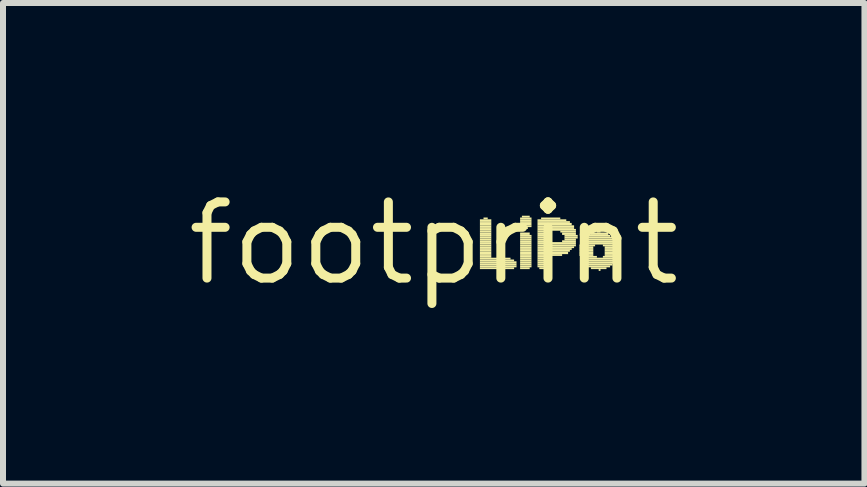
<source format=kicad_pcb>
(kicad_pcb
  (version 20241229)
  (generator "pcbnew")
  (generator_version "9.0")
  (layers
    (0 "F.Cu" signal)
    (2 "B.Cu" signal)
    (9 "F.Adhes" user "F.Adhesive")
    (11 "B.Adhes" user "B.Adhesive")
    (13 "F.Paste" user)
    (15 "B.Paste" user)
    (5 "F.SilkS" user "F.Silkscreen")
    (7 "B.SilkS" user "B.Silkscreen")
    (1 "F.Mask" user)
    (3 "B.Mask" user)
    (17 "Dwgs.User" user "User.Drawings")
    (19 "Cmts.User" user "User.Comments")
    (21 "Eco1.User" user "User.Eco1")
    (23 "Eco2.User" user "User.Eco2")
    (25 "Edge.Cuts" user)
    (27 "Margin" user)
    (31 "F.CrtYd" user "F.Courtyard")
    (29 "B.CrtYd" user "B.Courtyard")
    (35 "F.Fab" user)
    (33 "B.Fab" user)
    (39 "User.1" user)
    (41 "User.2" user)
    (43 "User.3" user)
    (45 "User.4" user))
  (footprint "footprint"
    (layer "F.Cu")
    (at 4.18 1.006)
    (property "Reference" "footprint" (at 0 0 0) (layer "F.SilkS") (effects (font (size 1.27 1.27) (thickness 0.15))))
    (fp_poly (pts (xy 0.77 -0.37) (xy 0.96 -0.37) (xy 0.96 -0.4) (xy 0.77 -0.4)) (stroke (width 0) (type solid)) (fill yes) (layer "F.SilkS"))
    (fp_poly (pts (xy 0.77 -0.34) (xy 0.96 -0.34) (xy 0.96 -0.37) (xy 0.77 -0.37)) (stroke (width 0) (type solid)) (fill yes) (layer "F.SilkS"))
    (fp_poly (pts (xy 0.77 -0.3) (xy 0.96 -0.3) (xy 0.96 -0.34) (xy 0.77 -0.34)) (stroke (width 0) (type solid)) (fill yes) (layer "F.SilkS"))
    (fp_poly (pts (xy 0.77 -0.27) (xy 0.96 -0.27) (xy 0.96 -0.3) (xy 0.77 -0.3)) (stroke (width 0) (type solid)) (fill yes) (layer "F.SilkS"))
    (fp_poly (pts (xy 0.77 -0.24) (xy 0.96 -0.24) (xy 0.96 -0.27) (xy 0.77 -0.27)) (stroke (width 0) (type solid)) (fill yes) (layer "F.SilkS"))
    (fp_poly (pts (xy 0.77 -0.21) (xy 0.96 -0.21) (xy 0.96 -0.24) (xy 0.77 -0.24)) (stroke (width 0) (type solid)) (fill yes) (layer "F.SilkS"))
    (fp_poly (pts (xy 0.77 -0.18) (xy 0.96 -0.18) (xy 0.96 -0.21) (xy 0.77 -0.21)) (stroke (width 0) (type solid)) (fill yes) (layer "F.SilkS"))
    (fp_poly (pts (xy 0.77 -0.14) (xy 0.96 -0.14) (xy 0.96 -0.18) (xy 0.77 -0.18)) (stroke (width 0) (type solid)) (fill yes) (layer "F.SilkS"))
    (fp_poly (pts (xy 0.77 -0.11) (xy 0.96 -0.11) (xy 0.96 -0.14) (xy 0.77 -0.14)) (stroke (width 0) (type solid)) (fill yes) (layer "F.SilkS"))
    (fp_poly (pts (xy 0.77 -0.08) (xy 0.96 -0.08) (xy 0.96 -0.11) (xy 0.77 -0.11)) (stroke (width 0) (type solid)) (fill yes) (layer "F.SilkS"))
    (fp_poly (pts (xy 0.77 -0.05) (xy 0.96 -0.05) (xy 0.96 -0.08) (xy 0.77 -0.08)) (stroke (width 0) (type solid)) (fill yes) (layer "F.SilkS"))
    (fp_poly (pts (xy 0.77 -0.02) (xy 0.96 -0.02) (xy 0.96 -0.05) (xy 0.77 -0.05)) (stroke (width 0) (type solid)) (fill yes) (layer "F.SilkS"))
    (fp_poly (pts (xy 0.77 0.02) (xy 0.96 0.02) (xy 0.96 -0.02) (xy 0.77 -0.02)) (stroke (width 0) (type solid)) (fill yes) (layer "F.SilkS"))
    (fp_poly (pts (xy 0.77 0.05) (xy 0.96 0.05) (xy 0.96 0.02) (xy 0.77 0.02)) (stroke (width 0) (type solid)) (fill yes) (layer "F.SilkS"))
    (fp_poly (pts (xy 0.77 0.08) (xy 0.96 0.08) (xy 0.96 0.05) (xy 0.77 0.05)) (stroke (width 0) (type solid)) (fill yes) (layer "F.SilkS"))
    (fp_poly (pts (xy 0.77 0.11) (xy 0.96 0.11) (xy 0.96 0.08) (xy 0.77 0.08)) (stroke (width 0) (type solid)) (fill yes) (layer "F.SilkS"))
    (fp_poly (pts (xy 0.77 0.14) (xy 0.96 0.14) (xy 0.96 0.11) (xy 0.77 0.11)) (stroke (width 0) (type solid)) (fill yes) (layer "F.SilkS"))
    (fp_poly (pts (xy 0.77 0.18) (xy 0.96 0.18) (xy 0.96 0.14) (xy 0.77 0.14)) (stroke (width 0) (type solid)) (fill yes) (layer "F.SilkS"))
    (fp_poly (pts (xy 0.77 0.21) (xy 0.96 0.21) (xy 0.96 0.18) (xy 0.77 0.18)) (stroke (width 0) (type solid)) (fill yes) (layer "F.SilkS"))
    (fp_poly (pts (xy 0.77 0.24) (xy 0.96 0.24) (xy 0.96 0.21) (xy 0.77 0.21)) (stroke (width 0) (type solid)) (fill yes) (layer "F.SilkS"))
    (fp_poly (pts (xy 0.77 0.27) (xy 1.28 0.27) (xy 1.28 0.24) (xy 0.77 0.24)) (stroke (width 0) (type solid)) (fill yes) (layer "F.SilkS"))
    (fp_poly (pts (xy 0.77 0.3) (xy 1.34 0.3) (xy 1.34 0.27) (xy 0.77 0.27)) (stroke (width 0) (type solid)) (fill yes) (layer "F.SilkS"))
    (fp_poly (pts (xy 0.77 0.34) (xy 1.38 0.34) (xy 1.38 0.3) (xy 0.77 0.3)) (stroke (width 0) (type solid)) (fill yes) (layer "F.SilkS"))
    (fp_poly (pts (xy 0.77 0.37) (xy 1.38 0.37) (xy 1.38 0.34) (xy 0.77 0.34)) (stroke (width 0) (type solid)) (fill yes) (layer "F.SilkS"))
    (fp_poly (pts (xy 0.77 0.4) (xy 1.38 0.4) (xy 1.38 0.37) (xy 0.77 0.37)) (stroke (width 0) (type solid)) (fill yes) (layer "F.SilkS"))
    (fp_poly (pts (xy 0.77 0.43) (xy 1.34 0.43) (xy 1.34 0.4) (xy 0.77 0.4)) (stroke (width 0) (type solid)) (fill yes) (layer "F.SilkS"))
    (fp_poly (pts (xy 0.83 -0.4) (xy 0.9 -0.4) (xy 0.9 -0.43) (xy 0.83 -0.43)) (stroke (width 0) (type solid)) (fill yes) (layer "F.SilkS"))
    (fp_poly (pts (xy 1.44 -0.4) (xy 1.63 -0.4) (xy 1.63 -0.43) (xy 1.44 -0.43)) (stroke (width 0) (type solid)) (fill yes) (layer "F.SilkS"))
    (fp_poly (pts (xy 1.44 -0.37) (xy 1.63 -0.37) (xy 1.63 -0.4) (xy 1.44 -0.4)) (stroke (width 0) (type solid)) (fill yes) (layer "F.SilkS"))
    (fp_poly (pts (xy 1.44 -0.34) (xy 1.63 -0.34) (xy 1.63 -0.37) (xy 1.44 -0.37)) (stroke (width 0) (type solid)) (fill yes) (layer "F.SilkS"))
    (fp_poly (pts (xy 1.44 -0.3) (xy 1.63 -0.3) (xy 1.63 -0.34) (xy 1.44 -0.34)) (stroke (width 0) (type solid)) (fill yes) (layer "F.SilkS"))
    (fp_poly (pts (xy 1.44 -0.27) (xy 1.63 -0.27) (xy 1.63 -0.3) (xy 1.44 -0.3)) (stroke (width 0) (type solid)) (fill yes) (layer "F.SilkS"))
    (fp_poly (pts (xy 1.44 -0.14) (xy 1.6 -0.14) (xy 1.6 -0.18) (xy 1.44 -0.18)) (stroke (width 0) (type solid)) (fill yes) (layer "F.SilkS"))
    (fp_poly (pts (xy 1.44 -0.11) (xy 1.63 -0.11) (xy 1.63 -0.14) (xy 1.44 -0.14)) (stroke (width 0) (type solid)) (fill yes) (layer "F.SilkS"))
    (fp_poly (pts (xy 1.44 -0.08) (xy 1.63 -0.08) (xy 1.63 -0.11) (xy 1.44 -0.11)) (stroke (width 0) (type solid)) (fill yes) (layer "F.SilkS"))
    (fp_poly (pts (xy 1.44 -0.05) (xy 1.63 -0.05) (xy 1.63 -0.08) (xy 1.44 -0.08)) (stroke (width 0) (type solid)) (fill yes) (layer "F.SilkS"))
    (fp_poly (pts (xy 1.44 -0.02) (xy 1.63 -0.02) (xy 1.63 -0.05) (xy 1.44 -0.05)) (stroke (width 0) (type solid)) (fill yes) (layer "F.SilkS"))
    (fp_poly (pts (xy 1.44 0.02) (xy 1.63 0.02) (xy 1.63 -0.02) (xy 1.44 -0.02)) (stroke (width 0) (type solid)) (fill yes) (layer "F.SilkS"))
    (fp_poly (pts (xy 1.44 0.05) (xy 1.63 0.05) (xy 1.63 0.02) (xy 1.44 0.02)) (stroke (width 0) (type solid)) (fill yes) (layer "F.SilkS"))
    (fp_poly (pts (xy 1.44 0.08) (xy 1.63 0.08) (xy 1.63 0.05) (xy 1.44 0.05)) (stroke (width 0) (type solid)) (fill yes) (layer "F.SilkS"))
    (fp_poly (pts (xy 1.44 0.11) (xy 1.63 0.11) (xy 1.63 0.08) (xy 1.44 0.08)) (stroke (width 0) (type solid)) (fill yes) (layer "F.SilkS"))
    (fp_poly (pts (xy 1.44 0.14) (xy 1.63 0.14) (xy 1.63 0.11) (xy 1.44 0.11)) (stroke (width 0) (type solid)) (fill yes) (layer "F.SilkS"))
    (fp_poly (pts (xy 1.44 0.18) (xy 1.63 0.18) (xy 1.63 0.14) (xy 1.44 0.14)) (stroke (width 0) (type solid)) (fill yes) (layer "F.SilkS"))
    (fp_poly (pts (xy 1.44 0.21) (xy 1.63 0.21) (xy 1.63 0.18) (xy 1.44 0.18)) (stroke (width 0) (type solid)) (fill yes) (layer "F.SilkS"))
    (fp_poly (pts (xy 1.44 0.24) (xy 1.63 0.24) (xy 1.63 0.21) (xy 1.44 0.21)) (stroke (width 0) (type solid)) (fill yes) (layer "F.SilkS"))
    (fp_poly (pts (xy 1.44 0.27) (xy 1.63 0.27) (xy 1.63 0.24) (xy 1.44 0.24)) (stroke (width 0) (type solid)) (fill yes) (layer "F.SilkS"))
    (fp_poly (pts (xy 1.44 0.3) (xy 1.63 0.3) (xy 1.63 0.27) (xy 1.44 0.27)) (stroke (width 0) (type solid)) (fill yes) (layer "F.SilkS"))
    (fp_poly (pts (xy 1.44 0.34) (xy 1.63 0.34) (xy 1.63 0.3) (xy 1.44 0.3)) (stroke (width 0) (type solid)) (fill yes) (layer "F.SilkS"))
    (fp_poly (pts (xy 1.44 0.37) (xy 1.63 0.37) (xy 1.63 0.34) (xy 1.44 0.34)) (stroke (width 0) (type solid)) (fill yes) (layer "F.SilkS"))
    (fp_poly (pts (xy 1.44 0.4) (xy 1.63 0.4) (xy 1.63 0.37) (xy 1.44 0.37)) (stroke (width 0) (type solid)) (fill yes) (layer "F.SilkS"))
    (fp_poly (pts (xy 1.44 0.43) (xy 1.6 0.43) (xy 1.6 0.4) (xy 1.44 0.4)) (stroke (width 0) (type solid)) (fill yes) (layer "F.SilkS"))
    (fp_poly (pts (xy 1.47 -0.43) (xy 1.6 -0.43) (xy 1.6 -0.46) (xy 1.47 -0.46)) (stroke (width 0) (type solid)) (fill yes) (layer "F.SilkS"))
    (fp_poly (pts (xy 1.5 -0.24) (xy 1.57 -0.24) (xy 1.57 -0.27) (xy 1.5 -0.27)) (stroke (width 0) (type solid)) (fill yes) (layer "F.SilkS"))
    (fp_poly (pts (xy 1.73 -0.37) (xy 2.21 -0.37) (xy 2.21 -0.4) (xy 1.73 -0.4)) (stroke (width 0) (type solid)) (fill yes) (layer "F.SilkS"))
    (fp_poly (pts (xy 1.73 -0.34) (xy 2.27 -0.34) (xy 2.27 -0.37) (xy 1.73 -0.37)) (stroke (width 0) (type solid)) (fill yes) (layer "F.SilkS"))
    (fp_poly (pts (xy 1.73 -0.3) (xy 2.3 -0.3) (xy 2.3 -0.34) (xy 1.73 -0.34)) (stroke (width 0) (type solid)) (fill yes) (layer "F.SilkS"))
    (fp_poly (pts (xy 1.73 -0.27) (xy 2.34 -0.27) (xy 2.34 -0.3) (xy 1.73 -0.3)) (stroke (width 0) (type solid)) (fill yes) (layer "F.SilkS"))
    (fp_poly (pts (xy 1.73 -0.24) (xy 2.34 -0.24) (xy 2.34 -0.27) (xy 1.73 -0.27)) (stroke (width 0) (type solid)) (fill yes) (layer "F.SilkS"))
    (fp_poly (pts (xy 1.73 -0.21) (xy 2.37 -0.21) (xy 2.37 -0.24) (xy 1.73 -0.24)) (stroke (width 0) (type solid)) (fill yes) (layer "F.SilkS"))
    (fp_poly (pts (xy 1.73 -0.18) (xy 1.95 -0.18) (xy 1.95 -0.21) (xy 1.73 -0.21)) (stroke (width 0) (type solid)) (fill yes) (layer "F.SilkS"))
    (fp_poly (pts (xy 1.73 -0.14) (xy 1.95 -0.14) (xy 1.95 -0.18) (xy 1.73 -0.18)) (stroke (width 0) (type solid)) (fill yes) (layer "F.SilkS"))
    (fp_poly (pts (xy 1.73 -0.11) (xy 1.95 -0.11) (xy 1.95 -0.14) (xy 1.73 -0.14)) (stroke (width 0) (type solid)) (fill yes) (layer "F.SilkS"))
    (fp_poly (pts (xy 1.73 -0.08) (xy 1.95 -0.08) (xy 1.95 -0.11) (xy 1.73 -0.11)) (stroke (width 0) (type solid)) (fill yes) (layer "F.SilkS"))
    (fp_poly (pts (xy 1.73 -0.05) (xy 1.95 -0.05) (xy 1.95 -0.08) (xy 1.73 -0.08)) (stroke (width 0) (type solid)) (fill yes) (layer "F.SilkS"))
    (fp_poly (pts (xy 1.73 -0.02) (xy 1.95 -0.02) (xy 1.95 -0.05) (xy 1.73 -0.05)) (stroke (width 0) (type solid)) (fill yes) (layer "F.SilkS"))
    (fp_poly (pts (xy 1.73 0.02) (xy 2.37 0.02) (xy 2.37 -0.02) (xy 1.73 -0.02)) (stroke (width 0) (type solid)) (fill yes) (layer "F.SilkS"))
    (fp_poly (pts (xy 1.73 0.05) (xy 2.37 0.05) (xy 2.37 0.02) (xy 1.73 0.02)) (stroke (width 0) (type solid)) (fill yes) (layer "F.SilkS"))
    (fp_poly (pts (xy 1.73 0.08) (xy 2.34 0.08) (xy 2.34 0.05) (xy 1.73 0.05)) (stroke (width 0) (type solid)) (fill yes) (layer "F.SilkS"))
    (fp_poly (pts (xy 1.73 0.11) (xy 2.3 0.11) (xy 2.3 0.08) (xy 1.73 0.08)) (stroke (width 0) (type solid)) (fill yes) (layer "F.SilkS"))
    (fp_poly (pts (xy 1.73 0.14) (xy 2.27 0.14) (xy 2.27 0.11) (xy 1.73 0.11)) (stroke (width 0) (type solid)) (fill yes) (layer "F.SilkS"))
    (fp_poly (pts (xy 1.73 0.18) (xy 2.24 0.18) (xy 2.24 0.14) (xy 1.73 0.14)) (stroke (width 0) (type solid)) (fill yes) (layer "F.SilkS"))
    (fp_poly (pts (xy 1.73 0.21) (xy 2.14 0.21) (xy 2.14 0.18) (xy 1.73 0.18)) (stroke (width 0) (type solid)) (fill yes) (layer "F.SilkS"))
    (fp_poly (pts (xy 1.73 0.24) (xy 1.95 0.24) (xy 1.95 0.21) (xy 1.73 0.21)) (stroke (width 0) (type solid)) (fill yes) (layer "F.SilkS"))
    (fp_poly (pts (xy 1.73 0.27) (xy 1.95 0.27) (xy 1.95 0.24) (xy 1.73 0.24)) (stroke (width 0) (type solid)) (fill yes) (layer "F.SilkS"))
    (fp_poly (pts (xy 1.73 0.3) (xy 1.95 0.3) (xy 1.95 0.27) (xy 1.73 0.27)) (stroke (width 0) (type solid)) (fill yes) (layer "F.SilkS"))
    (fp_poly (pts (xy 1.73 0.34) (xy 1.95 0.34) (xy 1.95 0.3) (xy 1.73 0.3)) (stroke (width 0) (type solid)) (fill yes) (layer "F.SilkS"))
    (fp_poly (pts (xy 1.73 0.37) (xy 1.95 0.37) (xy 1.95 0.34) (xy 1.73 0.34)) (stroke (width 0) (type solid)) (fill yes) (layer "F.SilkS"))
    (fp_poly (pts (xy 1.73 0.4) (xy 1.92 0.4) (xy 1.92 0.37) (xy 1.73 0.37)) (stroke (width 0) (type solid)) (fill yes) (layer "F.SilkS"))
    (fp_poly (pts (xy 1.76 0.43) (xy 1.92 0.43) (xy 1.92 0.4) (xy 1.76 0.4)) (stroke (width 0) (type solid)) (fill yes) (layer "F.SilkS"))
    (fp_poly (pts (xy 1.79 -0.4) (xy 2.11 -0.4) (xy 2.11 -0.43) (xy 1.79 -0.43)) (stroke (width 0) (type solid)) (fill yes) (layer "F.SilkS"))
    (fp_poly (pts (xy 2.11 -0.18) (xy 2.37 -0.18) (xy 2.37 -0.21) (xy 2.11 -0.21)) (stroke (width 0) (type solid)) (fill yes) (layer "F.SilkS"))
    (fp_poly (pts (xy 2.14 -0.14) (xy 2.37 -0.14) (xy 2.37 -0.18) (xy 2.14 -0.18)) (stroke (width 0) (type solid)) (fill yes) (layer "F.SilkS"))
    (fp_poly (pts (xy 2.14 -0.02) (xy 2.37 -0.02) (xy 2.37 -0.05) (xy 2.14 -0.05)) (stroke (width 0) (type solid)) (fill yes) (layer "F.SilkS"))
    (fp_poly (pts (xy 2.18 -0.11) (xy 2.4 -0.11) (xy 2.4 -0.14) (xy 2.18 -0.14)) (stroke (width 0) (type solid)) (fill yes) (layer "F.SilkS"))
    (fp_poly (pts (xy 2.18 -0.08) (xy 2.4 -0.08) (xy 2.4 -0.11) (xy 2.18 -0.11)) (stroke (width 0) (type solid)) (fill yes) (layer "F.SilkS"))
    (fp_poly (pts (xy 2.18 -0.05) (xy 2.37 -0.05) (xy 2.37 -0.08) (xy 2.18 -0.08)) (stroke (width 0) (type solid)) (fill yes) (layer "F.SilkS"))
    (fp_poly (pts (xy 2.43 0.05) (xy 2.69 0.05) (xy 2.69 0.02) (xy 2.43 0.02)) (stroke (width 0) (type solid)) (fill yes) (layer "F.SilkS"))
    (fp_poly (pts (xy 2.43 0.08) (xy 2.66 0.08) (xy 2.66 0.05) (xy 2.43 0.05)) (stroke (width 0) (type solid)) (fill yes) (layer "F.SilkS"))
    (fp_poly (pts (xy 2.43 0.11) (xy 2.66 0.11) (xy 2.66 0.08) (xy 2.43 0.08)) (stroke (width 0) (type solid)) (fill yes) (layer "F.SilkS"))
    (fp_poly (pts (xy 2.43 0.14) (xy 2.66 0.14) (xy 2.66 0.11) (xy 2.43 0.11)) (stroke (width 0) (type solid)) (fill yes) (layer "F.SilkS"))
    (fp_poly (pts (xy 2.43 0.18) (xy 2.66 0.18) (xy 2.66 0.14) (xy 2.43 0.14)) (stroke (width 0) (type solid)) (fill yes) (layer "F.SilkS"))
    (fp_poly (pts (xy 2.43 0.21) (xy 2.66 0.21) (xy 2.66 0.18) (xy 2.43 0.18)) (stroke (width 0) (type solid)) (fill yes) (layer "F.SilkS"))
    (fp_poly (pts (xy 2.46 -0.02) (xy 3.04 -0.02) (xy 3.04 -0.05) (xy 2.46 -0.05)) (stroke (width 0) (type solid)) (fill yes) (layer "F.SilkS"))
    (fp_poly (pts (xy 2.46 0.02) (xy 3.04 0.02) (xy 3.04 -0.02) (xy 2.46 -0.02)) (stroke (width 0) (type solid)) (fill yes) (layer "F.SilkS"))
    (fp_poly (pts (xy 2.46 0.24) (xy 2.72 0.24) (xy 2.72 0.21) (xy 2.46 0.21)) (stroke (width 0) (type solid)) (fill yes) (layer "F.SilkS"))
    (fp_poly (pts (xy 2.46 0.27) (xy 3.04 0.27) (xy 3.04 0.24) (xy 2.46 0.24)) (stroke (width 0) (type solid)) (fill yes) (layer "F.SilkS"))
    (fp_poly (pts (xy 2.46 0.3) (xy 3.04 0.3) (xy 3.04 0.27) (xy 2.46 0.27)) (stroke (width 0) (type solid)) (fill yes) (layer "F.SilkS"))
    (fp_poly (pts (xy 2.5 -0.05) (xy 3.01 -0.05) (xy 3.01 -0.08) (xy 2.5 -0.08)) (stroke (width 0) (type solid)) (fill yes) (layer "F.SilkS"))
    (fp_poly (pts (xy 2.5 0.34) (xy 3.01 0.34) (xy 3.01 0.3) (xy 2.5 0.3)) (stroke (width 0) (type solid)) (fill yes) (layer "F.SilkS"))
    (fp_poly (pts (xy 2.53 -0.08) (xy 2.98 -0.08) (xy 2.98 -0.11) (xy 2.53 -0.11)) (stroke (width 0) (type solid)) (fill yes) (layer "F.SilkS"))
    (fp_poly (pts (xy 2.53 0.37) (xy 2.98 0.37) (xy 2.98 0.34) (xy 2.53 0.34)) (stroke (width 0) (type solid)) (fill yes) (layer "F.SilkS"))
    (fp_poly (pts (xy 2.56 -0.11) (xy 2.94 -0.11) (xy 2.94 -0.14) (xy 2.56 -0.14)) (stroke (width 0) (type solid)) (fill yes) (layer "F.SilkS"))
    (fp_poly (pts (xy 2.56 0.4) (xy 2.94 0.4) (xy 2.94 0.37) (xy 2.56 0.37)) (stroke (width 0) (type solid)) (fill yes) (layer "F.SilkS"))
    (fp_poly (pts (xy 2.62 -0.14) (xy 2.91 -0.14) (xy 2.91 -0.18) (xy 2.62 -0.18)) (stroke (width 0) (type solid)) (fill yes) (layer "F.SilkS"))
    (fp_poly (pts (xy 2.62 0.43) (xy 2.88 0.43) (xy 2.88 0.4) (xy 2.62 0.4)) (stroke (width 0) (type solid)) (fill yes) (layer "F.SilkS"))
    (fp_poly (pts (xy 2.72 -0.18) (xy 2.78 -0.18) (xy 2.78 -0.21) (xy 2.72 -0.21)) (stroke (width 0) (type solid)) (fill yes) (layer "F.SilkS"))
    (fp_poly (pts (xy 2.75 0.46) (xy 2.78 0.46) (xy 2.78 0.43) (xy 2.75 0.43)) (stroke (width 0) (type solid)) (fill yes) (layer "F.SilkS"))
    (fp_poly (pts (xy 2.82 0.05) (xy 3.07 0.05) (xy 3.07 0.02) (xy 2.82 0.02)) (stroke (width 0) (type solid)) (fill yes) (layer "F.SilkS"))
    (fp_poly (pts (xy 2.82 0.24) (xy 3.07 0.24) (xy 3.07 0.21) (xy 2.82 0.21)) (stroke (width 0) (type solid)) (fill yes) (layer "F.SilkS"))
    (fp_poly (pts (xy 2.85 0.08) (xy 3.07 0.08) (xy 3.07 0.05) (xy 2.85 0.05)) (stroke (width 0) (type solid)) (fill yes) (layer "F.SilkS"))
    (fp_poly (pts (xy 2.85 0.11) (xy 3.07 0.11) (xy 3.07 0.08) (xy 2.85 0.08)) (stroke (width 0) (type solid)) (fill yes) (layer "F.SilkS"))
    (fp_poly (pts (xy 2.85 0.14) (xy 3.07 0.14) (xy 3.07 0.11) (xy 2.85 0.11)) (stroke (width 0) (type solid)) (fill yes) (layer "F.SilkS"))
    (fp_poly (pts (xy 2.85 0.18) (xy 3.07 0.18) (xy 3.07 0.14) (xy 2.85 0.14)) (stroke (width 0) (type solid)) (fill yes) (layer "F.SilkS"))
    (fp_poly (pts (xy 2.85 0.21) (xy 3.07 0.21) (xy 3.07 0.18) (xy 2.85 0.18)) (stroke (width 0) (type solid)) (fill yes) (layer "F.SilkS")))
  (gr_rect
    (start -3 -3)
    (end 11.36 5.012)
    (stroke (width 0.1) (type default))
    (fill no)
    (layer "Edge.Cuts")))
</source>
